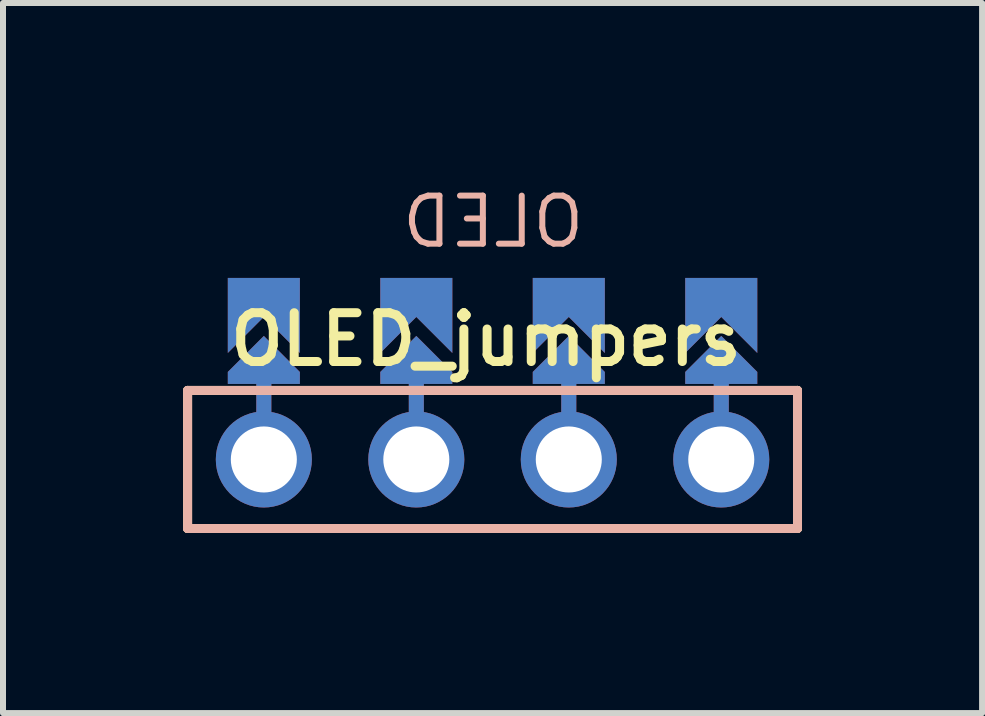
<source format=kicad_pcb>
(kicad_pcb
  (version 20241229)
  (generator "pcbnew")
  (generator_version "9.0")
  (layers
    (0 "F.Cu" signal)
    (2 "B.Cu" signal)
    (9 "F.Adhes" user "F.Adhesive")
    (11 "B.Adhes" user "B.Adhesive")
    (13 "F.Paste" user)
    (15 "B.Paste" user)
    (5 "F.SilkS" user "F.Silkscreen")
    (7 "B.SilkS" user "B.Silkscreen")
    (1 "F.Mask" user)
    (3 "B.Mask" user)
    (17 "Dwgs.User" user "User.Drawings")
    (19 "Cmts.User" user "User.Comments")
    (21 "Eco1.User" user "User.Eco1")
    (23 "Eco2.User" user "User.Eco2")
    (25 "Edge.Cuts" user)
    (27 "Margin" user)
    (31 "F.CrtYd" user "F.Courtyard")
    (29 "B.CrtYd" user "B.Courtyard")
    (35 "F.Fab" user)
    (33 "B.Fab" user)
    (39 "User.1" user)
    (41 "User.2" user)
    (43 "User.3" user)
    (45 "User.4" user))
  (footprint "OLED_jumpers"
    (layer "F.Cu")
    (at 1.345 4.604)
    (property "Reference" "OLED_jumpers" (at 3.7 -2 0) (layer "F.SilkS") (effects (font (size 0.813 0.813) (thickness 0.15))))
    (attr through_hole)
    (fp_poly (pts (xy -0.508 -2.674) (xy 0.508 -2.674) (xy 0.508 -1.404) (xy -0.508 -1.404)) (stroke (width 0.1) (type solid)) (fill yes) (layer "F.Mask"))
    (fp_poly (pts (xy 2.032 -2.674) (xy 3.048 -2.674) (xy 3.048 -1.404) (xy 2.032 -1.404)) (stroke (width 0.1) (type solid)) (fill yes) (layer "F.Mask"))
    (fp_poly (pts (xy 4.572 -2.674) (xy 5.588 -2.674) (xy 5.588 -1.404) (xy 4.572 -1.404)) (stroke (width 0.1) (type solid)) (fill yes) (layer "F.Mask"))
    (fp_poly (pts (xy 7.112 -2.674) (xy 8.128 -2.674) (xy 8.128 -1.404) (xy 7.112 -1.404)) (stroke (width 0.1) (type solid)) (fill yes) (layer "F.Mask"))
    (fp_poly (pts (xy -0.508 -2.674) (xy 0.508 -2.674) (xy 0.508 -1.404) (xy -0.508 -1.404)) (stroke (width 0.1) (type solid)) (fill yes) (layer "B.Mask"))
    (fp_poly (pts (xy 2.032 -2.674) (xy 3.048 -2.674) (xy 3.048 -1.404) (xy 2.032 -1.404)) (stroke (width 0.1) (type solid)) (fill yes) (layer "B.Mask"))
    (fp_poly (pts (xy 4.572 -2.674) (xy 5.588 -2.674) (xy 5.588 -1.404) (xy 4.572 -1.404)) (stroke (width 0.1) (type solid)) (fill yes) (layer "B.Mask"))
    (fp_poly (pts (xy 7.112 -2.674) (xy 8.128 -2.674) (xy 8.128 -1.404) (xy 7.112 -1.404)) (stroke (width 0.1) (type solid)) (fill yes) (layer "B.Mask"))
    (fp_line (start -1.27 -1.15) (end 8.89 -1.15) (stroke (width 0.15) (type solid)) (layer "F.SilkS"))
    (fp_line (start -1.27 1.15) (end -1.27 -1.15) (stroke (width 0.15) (type solid)) (layer "F.SilkS"))
    (fp_line (start -1.27 1.15) (end 8.89 1.15) (stroke (width 0.15) (type solid)) (layer "F.SilkS"))
    (fp_line (start 8.89 -1.15) (end 8.89 1.15) (stroke (width 0.15) (type solid)) (layer "F.SilkS"))
    (fp_line (start -1.27 -1.15) (end 8.89 -1.15) (stroke (width 0.15) (type solid)) (layer "B.SilkS"))
    (fp_line (start -1.27 1.15) (end -1.27 -1.15) (stroke (width 0.15) (type solid)) (layer "B.SilkS"))
    (fp_line (start 8.89 -1.15) (end 8.89 1.15) (stroke (width 0.15) (type solid)) (layer "B.SilkS"))
    (fp_line (start 8.89 1.15) (end -1.27 1.15) (stroke (width 0.15) (type solid)) (layer "B.SilkS"))
    (fp_text user "OLED" (at 3.82 -3.96 0) (unlocked yes) (layer "B.SilkS") (effects (font (size 0.8 0.8) (thickness 0.1)) (justify mirror)))
    (pad "" smd custom (at 0 -1.658 180) (size 0.1 0.1) (layers "F.Cu" "F.Mask") (options (anchor rect)) (primitives (gr_poly (pts (xy 0.6 -0.2) (xy 0 0.4) (xy -0.6 -0.2) (xy -0.6 -0.4) (xy 0.6 -0.4)) (width 0) (fill yes))))
    (pad "" smd custom (at 0 -1.658 180) (size 0.1 0.1) (layers "B.Cu" "B.Mask") (options (anchor rect)) (primitives (gr_poly (pts (xy 0.6 -0.2) (xy 0 0.4) (xy -0.6 -0.2) (xy -0.6 -0.4) (xy 0.6 -0.4)) (width 0) (fill yes))))
    (pad "" smd custom (at 0 -1.15 180) (size 0.25 1) (layers "F.Cu") (options (anchor rect)) (primitives))
    (pad "" smd custom (at 0 -1.15 180) (size 0.25 1) (layers "B.Cu") (options (anchor rect)) (primitives))
    (pad "" thru_hole circle (at 0 0) (size 1.6 1.6) (drill 1.1) (layers "*.Cu" "*.Mask"))
    (pad "" smd custom (at 2.54 -1.658 180) (size 0.1 0.1) (layers "F.Cu" "F.Mask") (options (anchor rect)) (primitives (gr_poly (pts (xy 0.6 -0.2) (xy 0 0.4) (xy -0.6 -0.2) (xy -0.6 -0.4) (xy 0.6 -0.4)) (width 0) (fill yes))))
    (pad "" smd custom (at 2.54 -1.658 180) (size 0.1 0.1) (layers "B.Cu" "B.Mask") (options (anchor rect)) (primitives (gr_poly (pts (xy 0.6 -0.2) (xy 0 0.4) (xy -0.6 -0.2) (xy -0.6 -0.4) (xy 0.6 -0.4)) (width 0) (fill yes))))
    (pad "" smd custom (at 2.54 -1.15 180) (size 0.25 1) (layers "F.Cu") (options (anchor rect)) (primitives))
    (pad "" smd custom (at 2.54 -1.15 180) (size 0.25 1) (layers "B.Cu") (options (anchor rect)) (primitives))
    (pad "" thru_hole circle (at 2.54 0) (size 1.6 1.6) (drill 1.1) (layers "*.Cu" "*.Mask"))
    (pad "" smd custom (at 5.08 -1.658 180) (size 0.1 0.1) (layers "F.Cu" "F.Mask") (options (anchor rect)) (primitives (gr_poly (pts (xy 0.6 -0.2) (xy 0 0.4) (xy -0.6 -0.2) (xy -0.6 -0.4) (xy 0.6 -0.4)) (width 0) (fill yes))))
    (pad "" smd custom (at 5.08 -1.658 180) (size 0.1 0.1) (layers "B.Cu" "B.Mask") (options (anchor rect)) (primitives (gr_poly (pts (xy 0.6 -0.2) (xy 0 0.4) (xy -0.6 -0.2) (xy -0.6 -0.4) (xy 0.6 -0.4)) (width 0) (fill yes))))
    (pad "" smd custom (at 5.08 -1.15 180) (size 0.25 1) (layers "F.Cu") (options (anchor rect)) (primitives))
    (pad "" smd custom (at 5.08 -1.15 180) (size 0.25 1) (layers "B.Cu") (options (anchor rect)) (primitives))
    (pad "" thru_hole circle (at 5.08 0) (size 1.6 1.6) (drill 1.1) (layers "*.Cu" "*.Mask"))
    (pad "" smd custom (at 7.62 -1.658 180) (size 0.1 0.1) (layers "F.Cu" "F.Mask") (options (anchor rect)) (primitives (gr_poly (pts (xy 0.6 -0.2) (xy 0 0.4) (xy -0.6 -0.2) (xy -0.6 -0.4) (xy 0.6 -0.4)) (width 0) (fill yes))))
    (pad "" smd custom (at 7.62 -1.658 180) (size 0.1 0.1) (layers "B.Cu" "B.Mask") (options (anchor rect)) (primitives (gr_poly (pts (xy 0.6 -0.2) (xy 0 0.4) (xy -0.6 -0.2) (xy -0.6 -0.4) (xy 0.6 -0.4)) (width 0) (fill yes))))
    (pad "" smd custom (at 7.62 -1.15 180) (size 0.25 1) (layers "F.Cu") (options (anchor rect)) (primitives))
    (pad "" smd custom (at 7.62 -1.15 180) (size 0.25 1) (layers "B.Cu") (options (anchor rect)) (primitives))
    (pad "" thru_hole circle (at 7.62 0) (size 1.6 1.6) (drill 1.1) (layers "*.Cu" "*.Mask"))
    (pad "1" smd custom (at 0 -2.774 180) (size 1.2 0.5) (layers "B.Cu" "B.Mask") (options (anchor rect)) (primitives (gr_poly (pts (xy 0.6 0) (xy -0.6 0) (xy -0.6 -1) (xy 0 -0.4) (xy 0.6 -1)) (width 0) (fill yes))))
    (pad "1" smd custom (at 7.62 -2.774 180) (size 1.2 0.5) (layers "F.Cu" "F.Mask") (options (anchor rect)) (primitives (gr_poly (pts (xy 0.6 0) (xy -0.6 0) (xy -0.6 -1) (xy 0 -0.4) (xy 0.6 -1)) (width 0) (fill yes))))
    (pad "2" smd custom (at 2.54 -2.774 180) (size 1.2 0.5) (layers "B.Cu" "B.Mask") (options (anchor rect)) (primitives (gr_poly (pts (xy 0.6 0) (xy -0.6 0) (xy -0.6 -1) (xy 0 -0.4) (xy 0.6 -1)) (width 0) (fill yes))))
    (pad "2" smd custom (at 5.08 -2.774 180) (size 1.2 0.5) (layers "F.Cu" "F.Mask") (options (anchor rect)) (primitives (gr_poly (pts (xy 0.6 0) (xy -0.6 0) (xy -0.6 -1) (xy 0 -0.4) (xy 0.6 -1)) (width 0) (fill yes))))
    (pad "3" smd custom (at 2.54 -2.774 180) (size 1.2 0.5) (layers "F.Cu" "F.Mask") (options (anchor rect)) (primitives (gr_poly (pts (xy 0.6 0) (xy -0.6 0) (xy -0.6 -1) (xy 0 -0.4) (xy 0.6 -1)) (width 0) (fill yes))))
    (pad "3" smd custom (at 5.08 -2.774 180) (size 1.2 0.5) (layers "B.Cu" "B.Mask") (options (anchor rect)) (primitives (gr_poly (pts (xy 0.6 0) (xy -0.6 0) (xy -0.6 -1) (xy 0 -0.4) (xy 0.6 -1)) (width 0) (fill yes))))
    (pad "4" smd custom (at 0 -2.774 180) (size 1.2 0.5) (layers "F.Cu" "F.Mask") (options (anchor rect)) (primitives (gr_poly (pts (xy 0.6 0) (xy -0.6 0) (xy -0.6 -1) (xy 0 -0.4) (xy 0.6 -1)) (width 0) (fill yes))))
    (pad "4" smd custom (at 7.62 -2.774 180) (size 1.2 0.5) (layers "B.Cu" "B.Mask") (options (anchor rect)) (primitives (gr_poly (pts (xy 0.6 0) (xy -0.6 0) (xy -0.6 -1) (xy 0 -0.4) (xy 0.6 -1)) (width 0) (fill yes)))))
  (gr_rect
    (start -3 -3)
    (end 13.31 8.829)
    (stroke (width 0.1) (type default))
    (fill no)
    (layer "Edge.Cuts")))
</source>
